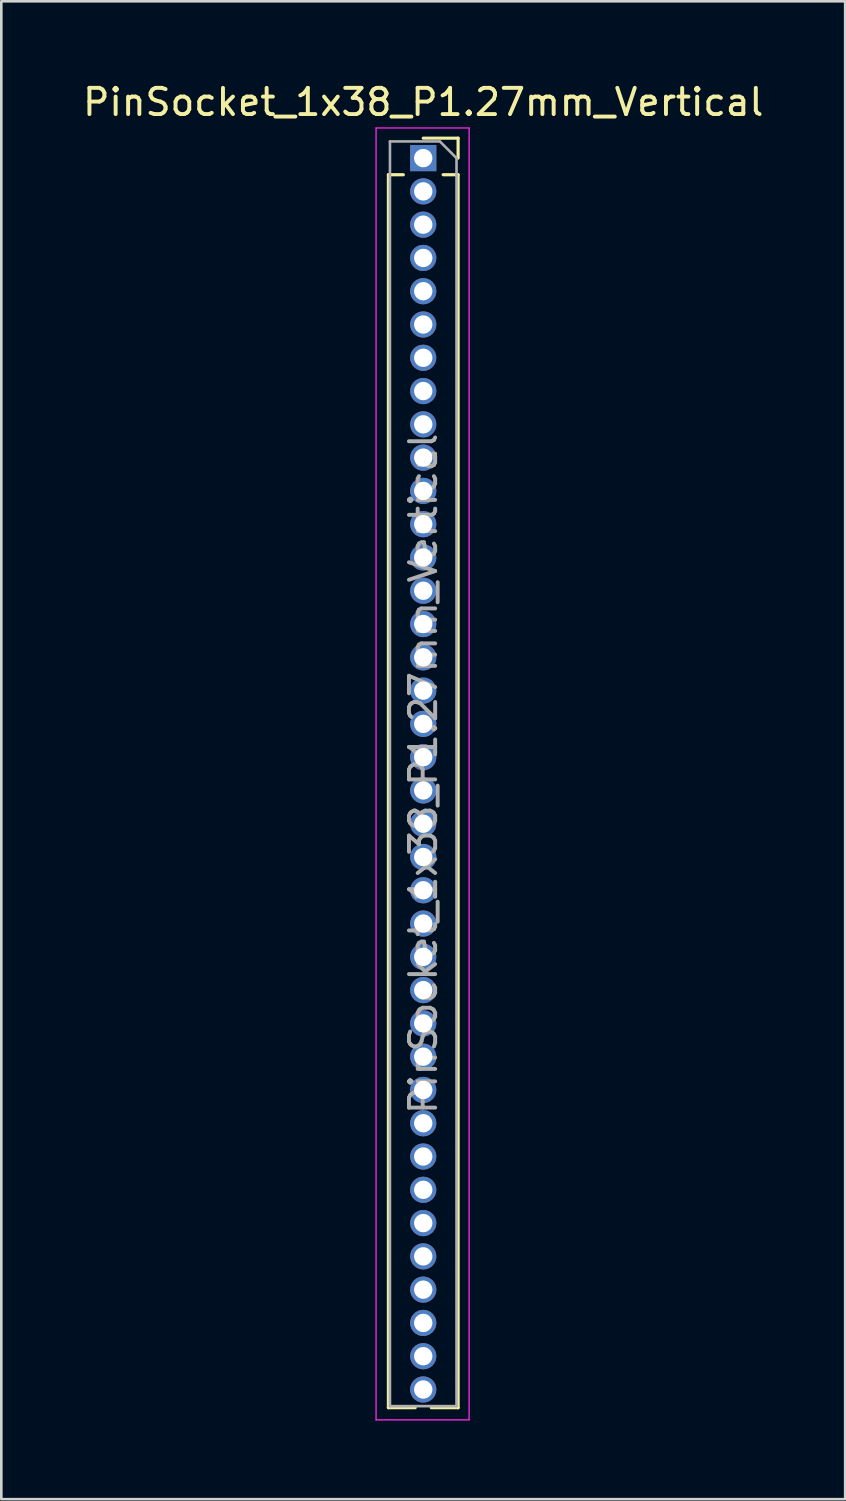
<source format=kicad_pcb>
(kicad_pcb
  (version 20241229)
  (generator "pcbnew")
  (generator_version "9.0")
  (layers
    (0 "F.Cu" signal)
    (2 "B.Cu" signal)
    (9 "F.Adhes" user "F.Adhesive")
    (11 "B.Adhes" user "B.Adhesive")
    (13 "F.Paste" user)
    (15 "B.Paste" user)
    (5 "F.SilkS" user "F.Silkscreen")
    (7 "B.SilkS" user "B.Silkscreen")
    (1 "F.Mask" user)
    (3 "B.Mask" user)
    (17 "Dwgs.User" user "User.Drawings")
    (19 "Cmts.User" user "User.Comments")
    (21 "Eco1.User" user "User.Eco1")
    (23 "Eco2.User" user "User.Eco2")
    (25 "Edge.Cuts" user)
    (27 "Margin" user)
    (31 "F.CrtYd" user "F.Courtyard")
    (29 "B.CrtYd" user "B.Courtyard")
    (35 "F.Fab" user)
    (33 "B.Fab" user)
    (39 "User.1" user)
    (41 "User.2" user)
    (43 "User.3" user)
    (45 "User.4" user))
  (footprint "PinSocket_1x38_P1.27mm_Vertical"
    (layer "F.Cu")
    (at 13.101 2.983)
    (property "Reference" "PinSocket_1x38_P1.27mm_Vertical" (at 0 -2.135 0) (layer "F.SilkS") (effects (font (size 1 1) (thickness 0.15))))
    (attr through_hole)
    (fp_line (start -1.33 0.635) (end -1.33 47.685) (stroke (width 0.12) (type solid)) (layer "F.SilkS"))
    (fp_line (start -1.33 0.635) (end -0.76 0.635) (stroke (width 0.12) (type solid)) (layer "F.SilkS"))
    (fp_line (start -1.33 47.685) (end -0.308 47.685) (stroke (width 0.12) (type solid)) (layer "F.SilkS"))
    (fp_line (start 0 -0.76) (end 1.33 -0.76) (stroke (width 0.12) (type solid)) (layer "F.SilkS"))
    (fp_line (start 0.308 47.685) (end 1.33 47.685) (stroke (width 0.12) (type solid)) (layer "F.SilkS"))
    (fp_line (start 0.76 0.635) (end 1.33 0.635) (stroke (width 0.12) (type solid)) (layer "F.SilkS"))
    (fp_line (start 1.33 -0.76) (end 1.33 0) (stroke (width 0.12) (type solid)) (layer "F.SilkS"))
    (fp_line (start 1.33 0.635) (end 1.33 47.685) (stroke (width 0.12) (type solid)) (layer "F.SilkS"))
    (fp_line (start -1.8 -1.15) (end 1.75 -1.15) (stroke (width 0.05) (type solid)) (layer "F.CrtYd"))
    (fp_line (start -1.8 48.15) (end -1.8 -1.15) (stroke (width 0.05) (type solid)) (layer "F.CrtYd"))
    (fp_line (start 1.75 -1.15) (end 1.75 48.15) (stroke (width 0.05) (type solid)) (layer "F.CrtYd"))
    (fp_line (start 1.75 48.15) (end -1.8 48.15) (stroke (width 0.05) (type solid)) (layer "F.CrtYd"))
    (fp_line (start -1.27 -0.635) (end 0.635 -0.635) (stroke (width 0.1) (type solid)) (layer "F.Fab"))
    (fp_line (start -1.27 47.625) (end -1.27 -0.635) (stroke (width 0.1) (type solid)) (layer "F.Fab"))
    (fp_line (start 0.635 -0.635) (end 1.27 0) (stroke (width 0.1) (type solid)) (layer "F.Fab"))
    (fp_line (start 1.27 0) (end 1.27 47.625) (stroke (width 0.1) (type solid)) (layer "F.Fab"))
    (fp_line (start 1.27 47.625) (end -1.27 47.625) (stroke (width 0.1) (type solid)) (layer "F.Fab"))
    (fp_text user "${REFERENCE}" (at 0 23.495 90) (layer "F.Fab") (effects (font (size 1 1) (thickness 0.15))))
    (pad "1" thru_hole rect (at 0 0) (size 1 1) (drill 0.7) (layers "*.Cu" "*.Mask"))
    (pad "2" thru_hole oval (at 0 1.27) (size 1 1) (drill 0.7) (layers "*.Cu" "*.Mask"))
    (pad "3" thru_hole oval (at 0 2.54) (size 1 1) (drill 0.7) (layers "*.Cu" "*.Mask"))
    (pad "4" thru_hole oval (at 0 3.81) (size 1 1) (drill 0.7) (layers "*.Cu" "*.Mask"))
    (pad "5" thru_hole oval (at 0 5.08) (size 1 1) (drill 0.7) (layers "*.Cu" "*.Mask"))
    (pad "6" thru_hole oval (at 0 6.35) (size 1 1) (drill 0.7) (layers "*.Cu" "*.Mask"))
    (pad "7" thru_hole oval (at 0 7.62) (size 1 1) (drill 0.7) (layers "*.Cu" "*.Mask"))
    (pad "8" thru_hole oval (at 0 8.89) (size 1 1) (drill 0.7) (layers "*.Cu" "*.Mask"))
    (pad "9" thru_hole oval (at 0 10.16) (size 1 1) (drill 0.7) (layers "*.Cu" "*.Mask"))
    (pad "10" thru_hole oval (at 0 11.43) (size 1 1) (drill 0.7) (layers "*.Cu" "*.Mask"))
    (pad "11" thru_hole oval (at 0 12.7) (size 1 1) (drill 0.7) (layers "*.Cu" "*.Mask"))
    (pad "12" thru_hole oval (at 0 13.97) (size 1 1) (drill 0.7) (layers "*.Cu" "*.Mask"))
    (pad "13" thru_hole oval (at 0 15.24) (size 1 1) (drill 0.7) (layers "*.Cu" "*.Mask"))
    (pad "14" thru_hole oval (at 0 16.51) (size 1 1) (drill 0.7) (layers "*.Cu" "*.Mask"))
    (pad "15" thru_hole oval (at 0 17.78) (size 1 1) (drill 0.7) (layers "*.Cu" "*.Mask"))
    (pad "16" thru_hole oval (at 0 19.05) (size 1 1) (drill 0.7) (layers "*.Cu" "*.Mask"))
    (pad "17" thru_hole oval (at 0 20.32) (size 1 1) (drill 0.7) (layers "*.Cu" "*.Mask"))
    (pad "18" thru_hole oval (at 0 21.59) (size 1 1) (drill 0.7) (layers "*.Cu" "*.Mask"))
    (pad "19" thru_hole oval (at 0 22.86) (size 1 1) (drill 0.7) (layers "*.Cu" "*.Mask"))
    (pad "20" thru_hole oval (at 0 24.13) (size 1 1) (drill 0.7) (layers "*.Cu" "*.Mask"))
    (pad "21" thru_hole oval (at 0 25.4) (size 1 1) (drill 0.7) (layers "*.Cu" "*.Mask"))
    (pad "22" thru_hole oval (at 0 26.67) (size 1 1) (drill 0.7) (layers "*.Cu" "*.Mask"))
    (pad "23" thru_hole oval (at 0 27.94) (size 1 1) (drill 0.7) (layers "*.Cu" "*.Mask"))
    (pad "24" thru_hole oval (at 0 29.21) (size 1 1) (drill 0.7) (layers "*.Cu" "*.Mask"))
    (pad "25" thru_hole oval (at 0 30.48) (size 1 1) (drill 0.7) (layers "*.Cu" "*.Mask"))
    (pad "26" thru_hole oval (at 0 31.75) (size 1 1) (drill 0.7) (layers "*.Cu" "*.Mask"))
    (pad "27" thru_hole oval (at 0 33.02) (size 1 1) (drill 0.7) (layers "*.Cu" "*.Mask"))
    (pad "28" thru_hole oval (at 0 34.29) (size 1 1) (drill 0.7) (layers "*.Cu" "*.Mask"))
    (pad "29" thru_hole oval (at 0 35.56) (size 1 1) (drill 0.7) (layers "*.Cu" "*.Mask"))
    (pad "30" thru_hole oval (at 0 36.83) (size 1 1) (drill 0.7) (layers "*.Cu" "*.Mask"))
    (pad "31" thru_hole oval (at 0 38.1) (size 1 1) (drill 0.7) (layers "*.Cu" "*.Mask"))
    (pad "32" thru_hole oval (at 0 39.37) (size 1 1) (drill 0.7) (layers "*.Cu" "*.Mask"))
    (pad "33" thru_hole oval (at 0 40.64) (size 1 1) (drill 0.7) (layers "*.Cu" "*.Mask"))
    (pad "34" thru_hole oval (at 0 41.91) (size 1 1) (drill 0.7) (layers "*.Cu" "*.Mask"))
    (pad "35" thru_hole oval (at 0 43.18) (size 1 1) (drill 0.7) (layers "*.Cu" "*.Mask"))
    (pad "36" thru_hole oval (at 0 44.45) (size 1 1) (drill 0.7) (layers "*.Cu" "*.Mask"))
    (pad "37" thru_hole oval (at 0 45.72) (size 1 1) (drill 0.7) (layers "*.Cu" "*.Mask"))
    (pad "38" thru_hole oval (at 0 46.99) (size 1 1) (drill 0.7) (layers "*.Cu" "*.Mask")))
  (gr_rect
    (start -3 -3)
    (end 29.202 54.158)
    (stroke (width 0.1) (type default))
    (fill no)
    (layer "Edge.Cuts")))
</source>
